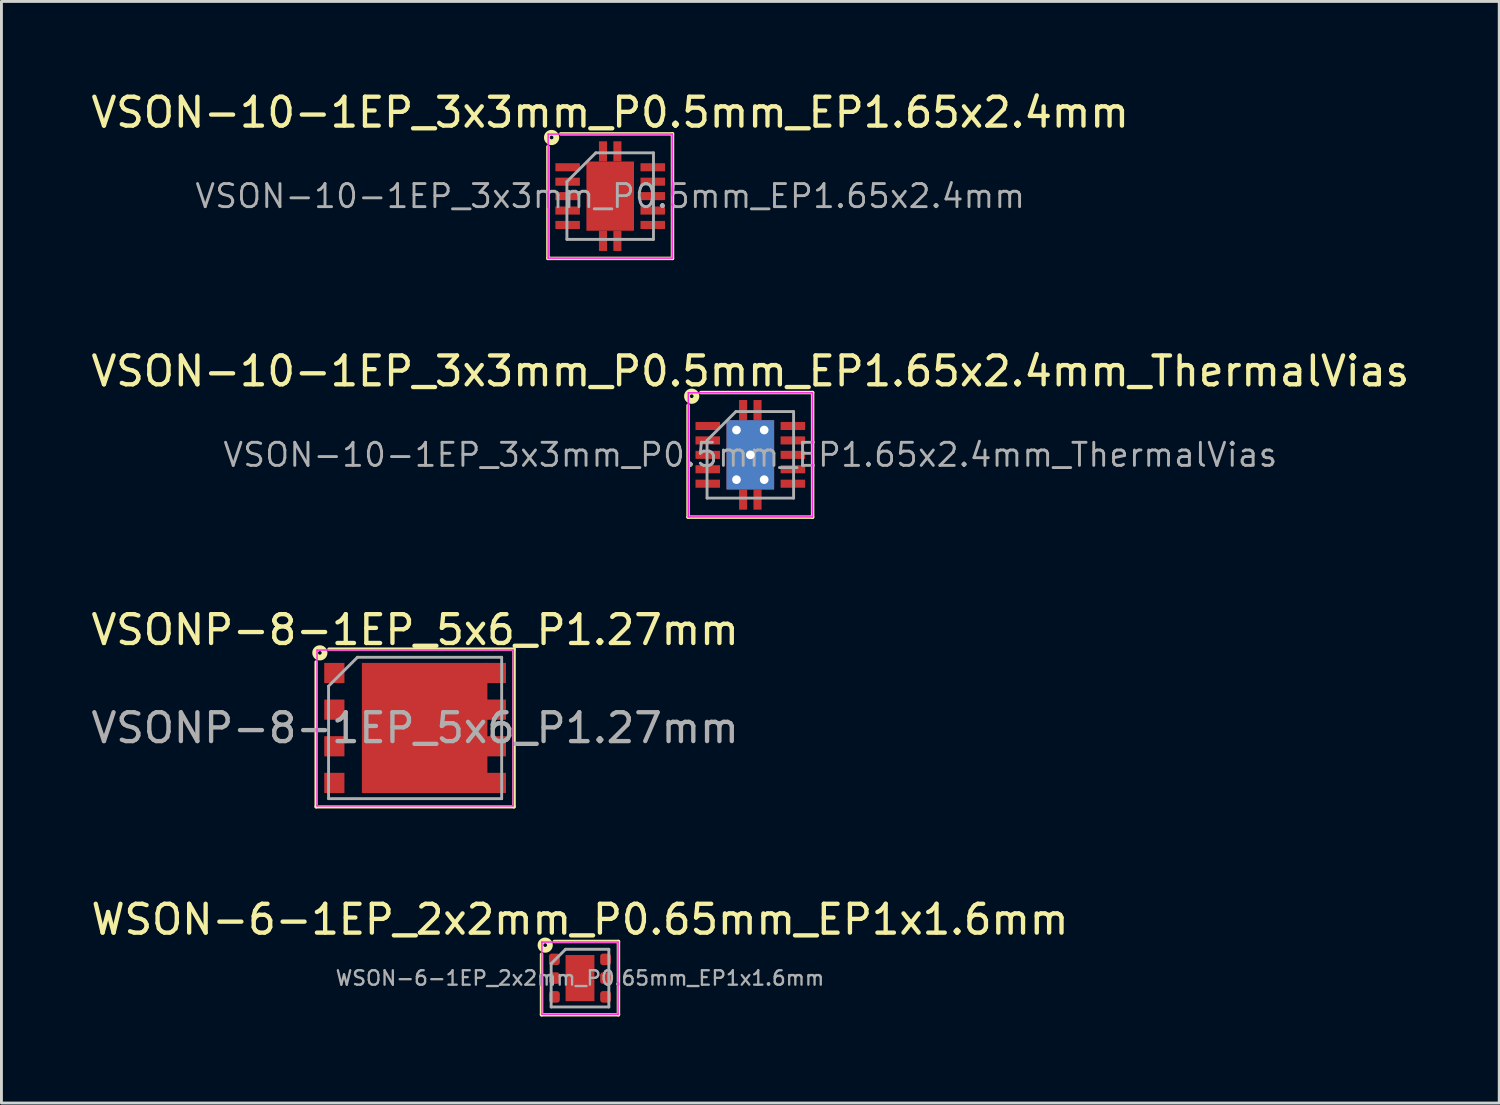
<source format=kicad_pcb>
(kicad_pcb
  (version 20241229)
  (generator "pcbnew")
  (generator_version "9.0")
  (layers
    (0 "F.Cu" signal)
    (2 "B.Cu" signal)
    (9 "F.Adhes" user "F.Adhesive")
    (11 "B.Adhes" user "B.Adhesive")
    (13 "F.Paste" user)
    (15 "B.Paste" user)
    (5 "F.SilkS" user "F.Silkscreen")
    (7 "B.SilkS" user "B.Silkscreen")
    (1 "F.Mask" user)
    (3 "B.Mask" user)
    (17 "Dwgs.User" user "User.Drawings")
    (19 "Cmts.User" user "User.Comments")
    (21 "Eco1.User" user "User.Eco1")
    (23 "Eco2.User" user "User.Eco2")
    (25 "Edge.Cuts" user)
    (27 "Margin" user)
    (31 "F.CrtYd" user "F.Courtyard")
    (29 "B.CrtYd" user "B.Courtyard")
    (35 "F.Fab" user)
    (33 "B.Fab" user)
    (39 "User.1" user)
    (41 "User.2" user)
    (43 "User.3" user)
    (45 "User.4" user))
  (footprint "VSONP-8-1EP_5x6_P1.27mm"
    (layer "F.Cu")
    (at 11.339 22.183)
    (property "Reference" "VSONP-8-1EP_5x6_P1.27mm" (at 0 -3.4 0) (layer "F.SilkS") (effects (font (size 1 1) (thickness 0.15))))
    (attr smd)
    (fp_line (start -3.429 2.731) (end -3.429 -2.286) (stroke (width 0.12) (type solid)) (layer "F.SilkS"))
    (fp_line (start -2.985 -2.731) (end 3.429 -2.731) (stroke (width 0.12) (type solid)) (layer "F.SilkS"))
    (fp_line (start 3.429 -2.731) (end 3.429 2.731) (stroke (width 0.12) (type solid)) (layer "F.SilkS"))
    (fp_line (start 3.429 2.731) (end -3.429 2.731) (stroke (width 0.12) (type solid)) (layer "F.SilkS"))
    (fp_circle (center -3.302 -2.603) (end -3.239 -2.603) (stroke (width 0.2) (type solid)) (fill no) (layer "F.SilkS"))
    (fp_line (start -3.4 -2.7) (end 3.4 -2.7) (stroke (width 0.05) (type solid)) (layer "F.CrtYd"))
    (fp_line (start -3.4 2.7) (end -3.4 -2.7) (stroke (width 0.05) (type solid)) (layer "F.CrtYd"))
    (fp_line (start 3.4 -2.7) (end 3.4 2.7) (stroke (width 0.05) (type solid)) (layer "F.CrtYd"))
    (fp_line (start 3.4 2.7) (end -3.4 2.7) (stroke (width 0.05) (type solid)) (layer "F.CrtYd"))
    (fp_line (start -3 -1.45) (end -3 2.45) (stroke (width 0.1) (type solid)) (layer "F.Fab"))
    (fp_line (start -2 -2.45) (end -3 -1.45) (stroke (width 0.1) (type solid)) (layer "F.Fab"))
    (fp_line (start -2 -2.45) (end 3 -2.45) (stroke (width 0.1) (type solid)) (layer "F.Fab"))
    (fp_line (start 3 -2.45) (end 3 2.45) (stroke (width 0.1) (type solid)) (layer "F.Fab"))
    (fp_line (start 3 2.45) (end -3 2.45) (stroke (width 0.1) (type solid)) (layer "F.Fab"))
    (fp_text user "${REFERENCE}" (at 0 0 0) (layer "F.Fab") (effects (font (size 1 1) (thickness 0.15))))
    (pad "" smd rect (at -0.797 -1.095) (size 1.235 1.57) (layers "F.Paste"))
    (pad "" smd rect (at -0.797 1.095) (size 1.235 1.57) (layers "F.Paste"))
    (pad "" smd rect (at 1.113 -1.095) (size 1.585 1.57) (layers "F.Paste"))
    (pad "" smd rect (at 1.113 1.095) (size 1.585 1.57) (layers "F.Paste"))
    (pad "1" smd rect (at -2.8 -1.905) (size 0.7 0.7) (layers "F.Cu" "F.Mask" "F.Paste"))
    (pad "1" smd rect (at -2.8 -0.635) (size 0.7 0.7) (layers "F.Cu" "F.Mask" "F.Paste"))
    (pad "1" smd rect (at -2.8 0.635) (size 0.7 0.7) (layers "F.Cu" "F.Mask" "F.Paste"))
    (pad "2" smd rect (at -2.8 1.905) (size 0.7 0.7) (layers "F.Cu" "F.Mask" "F.Paste"))
    (pad "3" smd rect (at 0.33 0) (size 4.35 4.51) (layers "F.Cu" "F.Mask"))
    (pad "3" smd rect (at 2.8 -1.905) (size 0.7 0.7) (layers "F.Cu" "F.Mask" "F.Paste"))
    (pad "3" smd rect (at 2.8 -0.635) (size 0.7 0.7) (layers "F.Cu" "F.Mask" "F.Paste"))
    (pad "3" smd rect (at 2.8 0.635) (size 0.7 0.7) (layers "F.Cu" "F.Mask" "F.Paste"))
    (pad "3" smd rect (at 2.8 1.905) (size 0.7 0.7) (layers "F.Cu" "F.Mask" "F.Paste")))
  (footprint "VSON-10-1EP_3x3mm_P0.5mm_EP1.65x2.4mm_ThermalVias"
    (layer "F.Cu")
    (at 22.958 12.716)
    (property "Reference" "VSON-10-1EP_3x3mm_P0.5mm_EP1.65x2.4mm_ThermalVias" (at 0 -2.9 0) (layer "F.SilkS") (effects (font (size 1 1) (thickness 0.15))))
    (attr smd)
    (fp_line (start -2.159 2.159) (end -2.159 -1.714) (stroke (width 0.12) (type solid)) (layer "F.SilkS"))
    (fp_line (start -1.714 -2.159) (end 2.159 -2.159) (stroke (width 0.12) (type solid)) (layer "F.SilkS"))
    (fp_line (start 2.159 -2.159) (end 2.159 2.159) (stroke (width 0.12) (type solid)) (layer "F.SilkS"))
    (fp_line (start 2.159 2.159) (end -2.159 2.159) (stroke (width 0.12) (type solid)) (layer "F.SilkS"))
    (fp_circle (center -2.032 -2.032) (end -1.968 -2.032) (stroke (width 0.2) (type solid)) (fill no) (layer "F.SilkS"))
    (fp_line (start -2.15 -2.15) (end 2.15 -2.15) (stroke (width 0.05) (type solid)) (layer "F.CrtYd"))
    (fp_line (start -2.15 2.15) (end -2.15 -2.15) (stroke (width 0.05) (type solid)) (layer "F.CrtYd"))
    (fp_line (start 2.15 -2.15) (end 2.15 2.15) (stroke (width 0.05) (type solid)) (layer "F.CrtYd"))
    (fp_line (start 2.15 2.15) (end -2.15 2.15) (stroke (width 0.05) (type solid)) (layer "F.CrtYd"))
    (fp_line (start -1.5 -0.5) (end -1.5 1.5) (stroke (width 0.1) (type solid)) (layer "F.Fab"))
    (fp_line (start -1.5 -0.5) (end -0.5 -1.5) (stroke (width 0.1) (type solid)) (layer "F.Fab"))
    (fp_line (start -1.5 1.5) (end 1.5 1.5) (stroke (width 0.1) (type solid)) (layer "F.Fab"))
    (fp_line (start -0.5 -1.5) (end 1.5 -1.5) (stroke (width 0.1) (type solid)) (layer "F.Fab"))
    (fp_line (start 1.5 -1.5) (end 1.5 1.5) (stroke (width 0.1) (type solid)) (layer "F.Fab"))
    (fp_text user "${REFERENCE}" (at 0 0 0) (layer "F.Fab") (effects (font (size 0.8 0.8) (thickness 0.1))))
    (pad "" smd rect (at -0.48 -0.86) (size 0.64 0.64) (layers "F.Paste"))
    (pad "" smd rect (at -0.48 0) (size 0.64 0.64) (layers "F.Paste"))
    (pad "" smd rect (at -0.48 0.86) (size 0.64 0.64) (layers "F.Paste"))
    (pad "" smd rect (at 0.48 -0.86) (size 0.64 0.64) (layers "F.Paste"))
    (pad "" smd rect (at 0.48 0) (size 0.64 0.64) (layers "F.Paste"))
    (pad "" smd rect (at 0.48 0.86) (size 0.64 0.64) (layers "F.Paste"))
    (pad "1" smd rect (at -1.475 -1) (size 0.85 0.28) (layers "F.Cu" "F.Mask" "F.Paste"))
    (pad "2" smd rect (at -1.475 -0.5) (size 0.85 0.28) (layers "F.Cu" "F.Mask" "F.Paste"))
    (pad "3" smd rect (at -1.475 0) (size 0.85 0.28) (layers "F.Cu" "F.Mask" "F.Paste"))
    (pad "4" smd rect (at -1.475 0.5) (size 0.85 0.28) (layers "F.Cu" "F.Mask" "F.Paste"))
    (pad "5" smd rect (at -1.475 1) (size 0.85 0.28) (layers "F.Cu" "F.Mask" "F.Paste"))
    (pad "6" smd rect (at 1.475 1) (size 0.85 0.28) (layers "F.Cu" "F.Mask" "F.Paste"))
    (pad "7" smd rect (at 1.475 0.5) (size 0.85 0.28) (layers "F.Cu" "F.Mask" "F.Paste"))
    (pad "8" smd rect (at 1.475 0) (size 0.85 0.28) (layers "F.Cu" "F.Mask" "F.Paste"))
    (pad "9" smd rect (at 1.475 -0.5) (size 0.85 0.28) (layers "F.Cu" "F.Mask" "F.Paste"))
    (pad "10" smd rect (at 1.475 -1) (size 0.85 0.28) (layers "F.Cu" "F.Mask" "F.Paste"))
    (pad "11" thru_hole circle (at -0.48 -0.86) (size 0.6 0.6) (drill 0.3) (layers "*.Cu"))
    (pad "11" thru_hole circle (at -0.48 0.86) (size 0.6 0.6) (drill 0.3) (layers "*.Cu"))
    (pad "11" smd rect (at -0.25 -1.55) (size 0.28 0.7) (layers "F.Cu" "F.Mask" "F.Paste"))
    (pad "11" smd rect (at -0.25 1.55) (size 0.28 0.7) (layers "F.Cu" "F.Mask" "F.Paste"))
    (pad "11" thru_hole circle (at 0 0) (size 0.6 0.6) (drill 0.3) (layers "*.Cu"))
    (pad "11" smd rect (at 0 0) (size 1.65 2.4) (layers "F.Cu" "F.Mask"))
    (pad "11" smd rect (at 0 0) (size 1.65 2.4) (layers "B.Cu" "B.Mask"))
    (pad "11" smd rect (at 0.25 -1.55) (size 0.28 0.7) (layers "F.Cu" "F.Mask" "F.Paste"))
    (pad "11" smd rect (at 0.25 1.55) (size 0.28 0.7) (layers "F.Cu" "F.Mask" "F.Paste"))
    (pad "11" thru_hole circle (at 0.48 -0.86) (size 0.6 0.6) (drill 0.3) (layers "*.Cu"))
    (pad "11" thru_hole circle (at 0.48 0.86) (size 0.6 0.6) (drill 0.3) (layers "*.Cu")))
  (footprint "VSON-10-1EP_3x3mm_P0.5mm_EP1.65x2.4mm"
    (layer "F.Cu")
    (at 18.101 3.748)
    (property "Reference" "VSON-10-1EP_3x3mm_P0.5mm_EP1.65x2.4mm" (at 0 -2.9 0) (layer "F.SilkS") (effects (font (size 1 1) (thickness 0.15))))
    (attr smd)
    (fp_line (start -2.159 2.159) (end -2.159 -1.714) (stroke (width 0.12) (type solid)) (layer "F.SilkS"))
    (fp_line (start -1.714 -2.159) (end 2.159 -2.159) (stroke (width 0.12) (type solid)) (layer "F.SilkS"))
    (fp_line (start 2.159 -2.159) (end 2.159 2.159) (stroke (width 0.12) (type solid)) (layer "F.SilkS"))
    (fp_line (start 2.159 2.159) (end -2.159 2.159) (stroke (width 0.12) (type solid)) (layer "F.SilkS"))
    (fp_circle (center -2.032 -2.032) (end -1.968 -2.032) (stroke (width 0.2) (type solid)) (fill no) (layer "F.SilkS"))
    (fp_line (start -2.15 -2.15) (end 2.15 -2.15) (stroke (width 0.05) (type solid)) (layer "F.CrtYd"))
    (fp_line (start -2.15 2.15) (end -2.15 -2.15) (stroke (width 0.05) (type solid)) (layer "F.CrtYd"))
    (fp_line (start 2.15 -2.15) (end 2.15 2.15) (stroke (width 0.05) (type solid)) (layer "F.CrtYd"))
    (fp_line (start 2.15 2.15) (end -2.15 2.15) (stroke (width 0.05) (type solid)) (layer "F.CrtYd"))
    (fp_line (start -1.5 -0.5) (end -1.5 1.5) (stroke (width 0.1) (type solid)) (layer "F.Fab"))
    (fp_line (start -1.5 -0.5) (end -0.5 -1.5) (stroke (width 0.1) (type solid)) (layer "F.Fab"))
    (fp_line (start -1.5 1.5) (end 1.5 1.5) (stroke (width 0.1) (type solid)) (layer "F.Fab"))
    (fp_line (start -0.5 -1.5) (end 1.5 -1.5) (stroke (width 0.1) (type solid)) (layer "F.Fab"))
    (fp_line (start 1.5 -1.5) (end 1.5 1.5) (stroke (width 0.1) (type solid)) (layer "F.Fab"))
    (fp_text user "${REFERENCE}" (at 0 0 0) (layer "F.Fab") (effects (font (size 0.8 0.8) (thickness 0.1))))
    (pad "" smd rect (at -0.412 -0.8) (size 0.64 0.64) (layers "F.Paste"))
    (pad "" smd rect (at -0.412 0) (size 0.64 0.64) (layers "F.Paste"))
    (pad "" smd rect (at -0.412 0.8) (size 0.64 0.64) (layers "F.Paste"))
    (pad "" smd rect (at 0.412 -0.8) (size 0.64 0.64) (layers "F.Paste"))
    (pad "" smd rect (at 0.412 0) (size 0.64 0.64) (layers "F.Paste"))
    (pad "" smd rect (at 0.412 0.8) (size 0.64 0.64) (layers "F.Paste"))
    (pad "1" smd rect (at -1.475 -1) (size 0.85 0.28) (layers "F.Cu" "F.Mask" "F.Paste"))
    (pad "2" smd rect (at -1.475 -0.5) (size 0.85 0.28) (layers "F.Cu" "F.Mask" "F.Paste"))
    (pad "3" smd rect (at -1.475 0) (size 0.85 0.28) (layers "F.Cu" "F.Mask" "F.Paste"))
    (pad "4" smd rect (at -1.475 0.5) (size 0.85 0.28) (layers "F.Cu" "F.Mask" "F.Paste"))
    (pad "5" smd rect (at -1.475 1) (size 0.85 0.28) (layers "F.Cu" "F.Mask" "F.Paste"))
    (pad "6" smd rect (at 1.475 1) (size 0.85 0.28) (layers "F.Cu" "F.Mask" "F.Paste"))
    (pad "7" smd rect (at 1.475 0.5) (size 0.85 0.28) (layers "F.Cu" "F.Mask" "F.Paste"))
    (pad "8" smd rect (at 1.475 0) (size 0.85 0.28) (layers "F.Cu" "F.Mask" "F.Paste"))
    (pad "9" smd rect (at 1.475 -0.5) (size 0.85 0.28) (layers "F.Cu" "F.Mask" "F.Paste"))
    (pad "10" smd rect (at 1.475 -1) (size 0.85 0.28) (layers "F.Cu" "F.Mask" "F.Paste"))
    (pad "11" smd rect (at -0.25 -1.55) (size 0.28 0.7) (layers "F.Cu" "F.Mask" "F.Paste"))
    (pad "11" smd rect (at -0.25 1.55) (size 0.28 0.7) (layers "F.Cu" "F.Mask" "F.Paste"))
    (pad "11" smd rect (at 0 0) (size 1.65 2.4) (layers "F.Cu" "F.Mask"))
    (pad "11" smd rect (at 0.25 -1.55) (size 0.28 0.7) (layers "F.Cu" "F.Mask" "F.Paste"))
    (pad "11" smd rect (at 0.25 1.55) (size 0.28 0.7) (layers "F.Cu" "F.Mask" "F.Paste")))
  (footprint "WSON-6-1EP_2x2mm_P0.65mm_EP1x1.6mm"
    (layer "F.Cu")
    (at 17.054 30.854)
    (property "Reference" "WSON-6-1EP_2x2mm_P0.65mm_EP1x1.6mm" (at 0 -2.032 0) (layer "F.SilkS") (effects (font (size 1 1) (thickness 0.15))))
    (attr smd)
    (fp_line (start -1.333 1.27) (end -1.333 -0.826) (stroke (width 0.12) (type solid)) (layer "F.SilkS"))
    (fp_line (start -0.889 -1.27) (end 1.333 -1.27) (stroke (width 0.12) (type solid)) (layer "F.SilkS"))
    (fp_line (start 1.333 -1.27) (end 1.333 1.27) (stroke (width 0.12) (type solid)) (layer "F.SilkS"))
    (fp_line (start 1.333 1.27) (end -1.333 1.27) (stroke (width 0.12) (type solid)) (layer "F.SilkS"))
    (fp_circle (center -1.206 -1.143) (end -1.143 -1.143) (stroke (width 0.2) (type solid)) (fill no) (layer "F.SilkS"))
    (fp_line (start -1.32 -1.25) (end -1.32 1.25) (stroke (width 0.05) (type solid)) (layer "F.CrtYd"))
    (fp_line (start -1.32 1.25) (end 1.32 1.25) (stroke (width 0.05) (type solid)) (layer "F.CrtYd"))
    (fp_line (start 1.32 -1.25) (end -1.32 -1.25) (stroke (width 0.05) (type solid)) (layer "F.CrtYd"))
    (fp_line (start 1.32 1.25) (end 1.32 -1.25) (stroke (width 0.05) (type solid)) (layer "F.CrtYd"))
    (fp_line (start -1 -0.5) (end -0.5 -1) (stroke (width 0.1) (type solid)) (layer "F.Fab"))
    (fp_line (start -1 1) (end -1 -0.5) (stroke (width 0.1) (type solid)) (layer "F.Fab"))
    (fp_line (start -0.5 -1) (end 1 -1) (stroke (width 0.1) (type solid)) (layer "F.Fab"))
    (fp_line (start 1 -1) (end 1 1) (stroke (width 0.1) (type solid)) (layer "F.Fab"))
    (fp_line (start 1 1) (end -1 1) (stroke (width 0.1) (type solid)) (layer "F.Fab"))
    (fp_text user "${REFERENCE}" (at 0 0 0) (layer "F.Fab") (effects (font (size 0.5 0.5) (thickness 0.08))))
    (pad "" smd roundrect (at 0 -0.4) (size 0.81 0.64) (layers "F.Paste") (roundrect_rratio 0.25))
    (pad "" smd roundrect (at 0 0.4) (size 0.81 0.64) (layers "F.Paste") (roundrect_rratio 0.25))
    (pad "1" smd roundrect (at -0.887 -0.65) (size 0.375 0.4) (layers "F.Cu" "F.Mask" "F.Paste") (roundrect_rratio 0.25))
    (pad "2" smd roundrect (at -0.887 0) (size 0.375 0.4) (layers "F.Cu" "F.Mask" "F.Paste") (roundrect_rratio 0.25))
    (pad "3" smd roundrect (at -0.887 0.65) (size 0.375 0.4) (layers "F.Cu" "F.Mask" "F.Paste") (roundrect_rratio 0.25))
    (pad "4" smd roundrect (at 0.887 0.65) (size 0.375 0.4) (layers "F.Cu" "F.Mask" "F.Paste") (roundrect_rratio 0.25))
    (pad "5" smd roundrect (at 0.887 0) (size 0.375 0.4) (layers "F.Cu" "F.Mask" "F.Paste") (roundrect_rratio 0.25))
    (pad "6" smd roundrect (at 0.887 -0.65) (size 0.375 0.4) (layers "F.Cu" "F.Mask" "F.Paste") (roundrect_rratio 0.25))
    (pad "7" smd rect (at 0 0) (size 1 1.6) (layers "F.Cu" "F.Mask")))
  (gr_rect
    (start -3 -3)
    (end 48.917 35.184)
    (stroke (width 0.1) (type default))
    (fill no)
    (layer "Edge.Cuts")))
</source>
